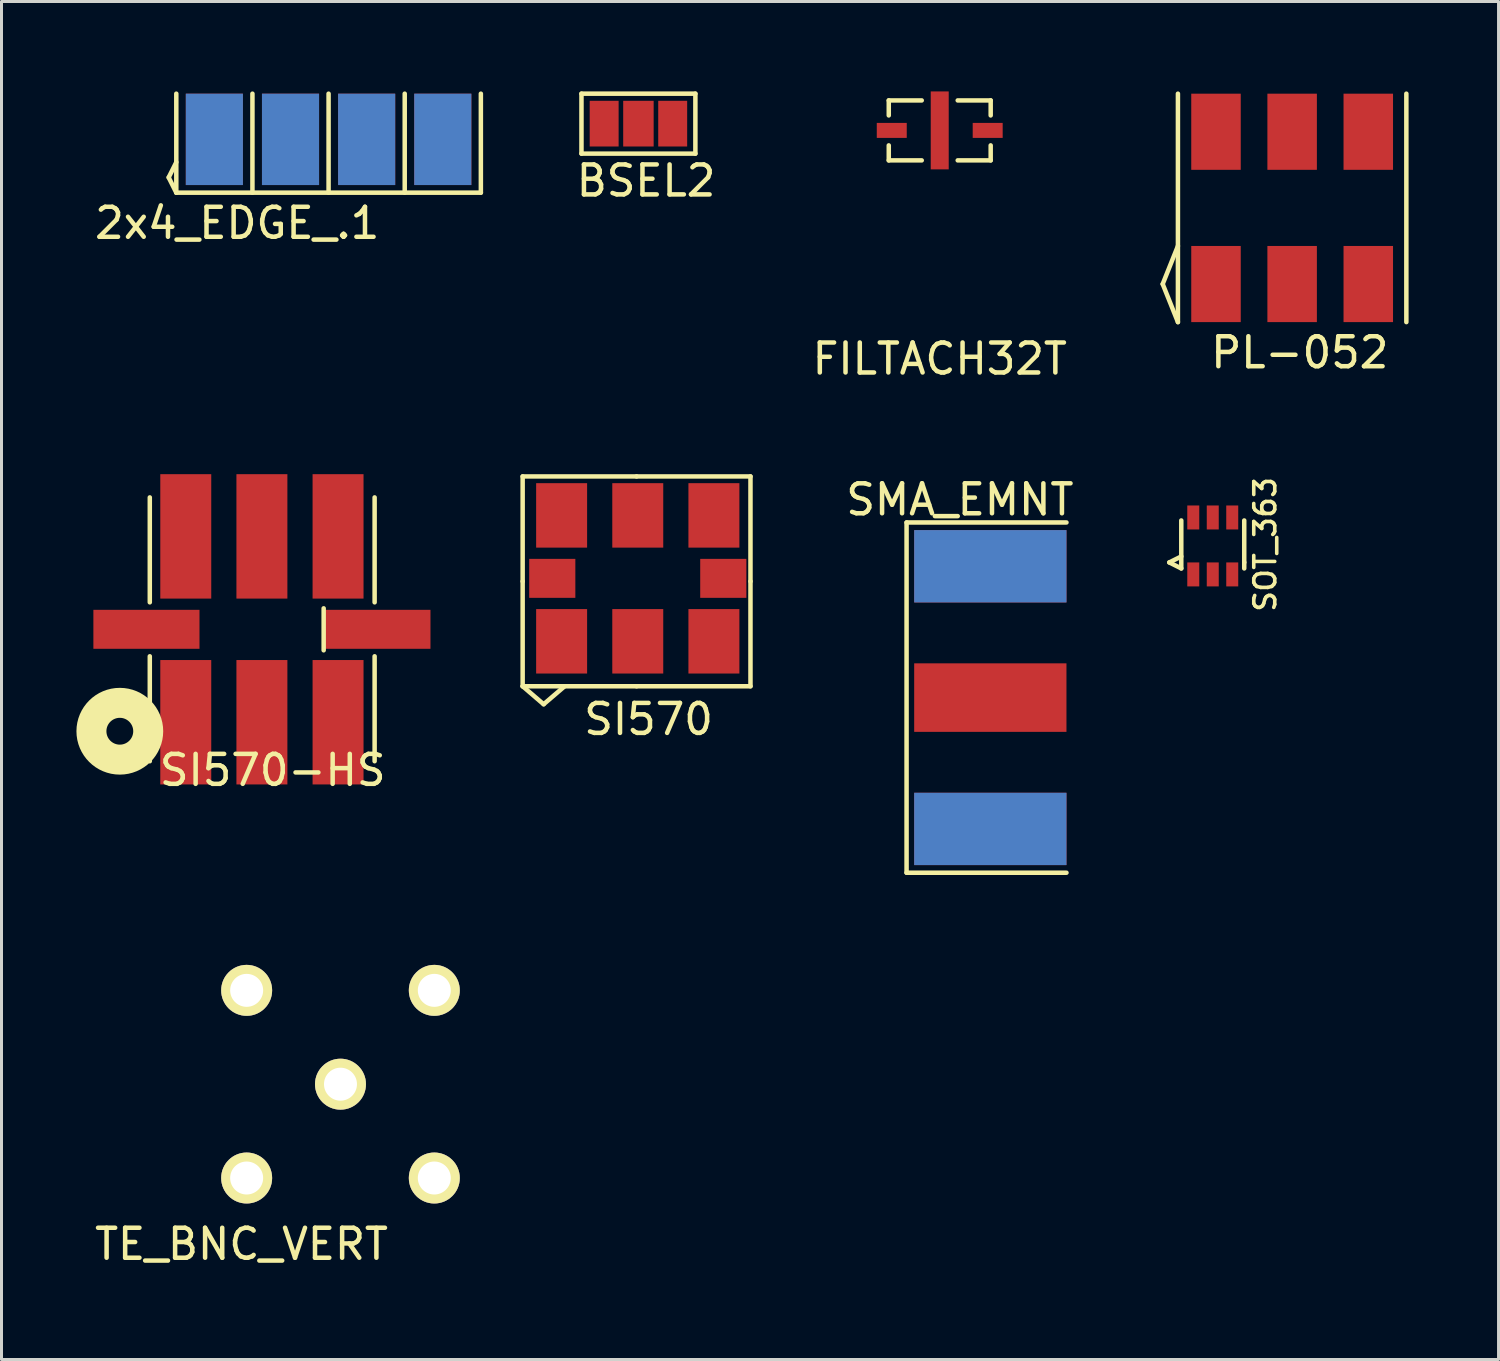
<source format=kicad_pcb>
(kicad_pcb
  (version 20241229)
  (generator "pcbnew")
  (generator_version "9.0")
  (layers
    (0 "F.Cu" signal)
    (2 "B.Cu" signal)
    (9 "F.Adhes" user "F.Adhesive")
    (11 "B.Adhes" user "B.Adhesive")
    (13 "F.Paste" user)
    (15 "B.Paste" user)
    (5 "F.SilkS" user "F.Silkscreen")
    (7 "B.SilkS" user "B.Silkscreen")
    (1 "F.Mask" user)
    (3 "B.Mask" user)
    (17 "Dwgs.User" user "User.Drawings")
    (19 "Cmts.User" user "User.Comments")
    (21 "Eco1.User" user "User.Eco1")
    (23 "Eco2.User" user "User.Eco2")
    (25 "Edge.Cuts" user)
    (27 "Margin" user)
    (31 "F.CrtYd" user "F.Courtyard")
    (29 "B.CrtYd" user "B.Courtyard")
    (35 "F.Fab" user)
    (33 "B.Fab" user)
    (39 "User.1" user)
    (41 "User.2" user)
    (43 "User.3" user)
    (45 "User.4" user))
  (footprint "2x4_EDGE_.1"
    (layer "F.Cu")
    (at 4.101 1.599)
    (property "Reference" "2x4_EDGE_.1" (at 0.762 2.794 0) (layer "F.SilkS") (effects (font (size 1 1) (thickness 0.15))))
    (attr through_hole)
    (fp_line (start -1.524 1.27) (end -1.27 0.762) (stroke (width 0.15) (type solid)) (layer "F.SilkS"))
    (fp_line (start -1.27 -1.524) (end -1.27 1.778) (stroke (width 0.15) (type solid)) (layer "F.SilkS"))
    (fp_line (start -1.27 1.778) (end -1.524 1.27) (stroke (width 0.15) (type solid)) (layer "F.SilkS"))
    (fp_line (start -1.27 1.778) (end 8.89 1.778) (stroke (width 0.15) (type solid)) (layer "F.SilkS"))
    (fp_line (start 1.27 1.778) (end 1.27 -1.524) (stroke (width 0.15) (type solid)) (layer "F.SilkS"))
    (fp_line (start 3.81 1.778) (end 3.81 -1.524) (stroke (width 0.15) (type solid)) (layer "F.SilkS"))
    (fp_line (start 6.35 1.778) (end 6.35 -1.524) (stroke (width 0.15) (type solid)) (layer "F.SilkS"))
    (fp_line (start 8.89 1.778) (end 8.89 -1.524) (stroke (width 0.15) (type solid)) (layer "F.SilkS"))
    (pad "1" smd rect (at 0 0) (size 1.905 3.048) (layers "F.Cu" "F.Mask" "F.Paste"))
    (pad "2" smd rect (at 0 0) (size 1.905 3.048) (layers "B.Cu" "B.Mask" "B.Paste"))
    (pad "3" smd rect (at 2.54 0) (size 1.905 3.048) (layers "F.Cu" "F.Mask" "F.Paste"))
    (pad "4" smd rect (at 2.54 0) (size 1.905 3.048) (layers "B.Cu" "B.Mask" "B.Paste"))
    (pad "5" smd rect (at 5.08 0) (size 1.905 3.048) (layers "F.Cu" "F.Mask" "F.Paste"))
    (pad "6" smd rect (at 5.08 0) (size 1.905 3.048) (layers "B.Cu" "B.Mask" "B.Paste"))
    (pad "7" smd rect (at 7.62 0) (size 1.905 3.048) (layers "F.Cu" "F.Mask" "F.Paste"))
    (pad "8" smd rect (at 7.62 0) (size 1.905 3.048) (layers "B.Cu" "B.Mask" "B.Paste")))
  (footprint "SI570"
    (layer "F.Cu")
    (at 15.685 18.343)
    (property "Reference" "SI570" (at 2.9 2.6 0) (layer "F.SilkS") (effects (font (size 1 1) (thickness 0.15))))
    (attr through_hole)
    (fp_line (start -1.3 -5.5) (end 2.5 -5.5) (stroke (width 0.15) (type solid)) (layer "F.SilkS"))
    (fp_line (start -1.3 -2) (end -1.3 -5.5) (stroke (width 0.15) (type solid)) (layer "F.SilkS"))
    (fp_line (start -1.3 1.5) (end -1.3 -2) (stroke (width 0.15) (type solid)) (layer "F.SilkS"))
    (fp_line (start -1.3 1.5) (end -0.6 2.1) (stroke (width 0.15) (type solid)) (layer "F.SilkS"))
    (fp_line (start -1.3 1.5) (end 2.5 1.5) (stroke (width 0.15) (type solid)) (layer "F.SilkS"))
    (fp_line (start -0.6 2.1) (end 0.1 1.5) (stroke (width 0.15) (type solid)) (layer "F.SilkS"))
    (fp_line (start 2.5 -5.5) (end 6.3 -5.5) (stroke (width 0.15) (type solid)) (layer "F.SilkS"))
    (fp_line (start 2.5 1.5) (end 6.3 1.5) (stroke (width 0.15) (type solid)) (layer "F.SilkS"))
    (fp_line (start 6.3 -2) (end 6.3 -5.5) (stroke (width 0.15) (type solid)) (layer "F.SilkS"))
    (fp_line (start 6.3 1.5) (end 6.3 -2) (stroke (width 0.15) (type solid)) (layer "F.SilkS"))
    (pad "1" smd rect (at 0 0) (size 1.7 2.15) (layers "F.Cu" "F.Mask" "F.Paste"))
    (pad "2" smd rect (at 2.54 0) (size 1.7 2.15) (layers "F.Cu" "F.Mask" "F.Paste"))
    (pad "3" smd rect (at 5.08 0) (size 1.7 2.15) (layers "F.Cu" "F.Mask" "F.Paste"))
    (pad "4" smd rect (at 5.08 -4.2) (size 1.7 2.15) (layers "F.Cu" "F.Mask" "F.Paste"))
    (pad "5" smd rect (at 2.54 -4.2) (size 1.7 2.15) (layers "F.Cu" "F.Mask" "F.Paste"))
    (pad "6" smd rect (at 0 -4.2) (size 1.7 2.15) (layers "F.Cu" "F.Mask" "F.Paste"))
    (pad "7" smd rect (at -0.312 -2.1) (size 1.54 1.3) (layers "F.Cu" "F.Mask" "F.Paste"))
    (pad "8" smd rect (at 5.393 -2.1) (size 1.54 1.3) (layers "F.Cu" "F.Mask" "F.Paste")))
  (footprint "SOT_363"
    (layer "F.Cu")
    (at 36.756 16.112)
    (property "Reference" "SOT_363" (at 2.4 -1 90) (layer "F.SilkS") (effects (font (size 0.7 0.7) (thickness 0.12))))
    (attr through_hole)
    (fp_line (start -0.8 -0.4) (end -0.4 -0.6) (stroke (width 0.15) (type solid)) (layer "F.SilkS"))
    (fp_line (start -0.4 -1.8) (end -0.4 -0.2) (stroke (width 0.15) (type solid)) (layer "F.SilkS"))
    (fp_line (start -0.4 -0.2) (end -0.8 -0.4) (stroke (width 0.15) (type solid)) (layer "F.SilkS"))
    (fp_line (start 1.7 -1.8) (end 1.7 -0.4) (stroke (width 0.15) (type solid)) (layer "F.SilkS"))
    (fp_line (start 1.7 -0.4) (end 1.7 -0.2) (stroke (width 0.15) (type solid)) (layer "F.SilkS"))
    (pad "1" smd rect (at 0 0) (size 0.4 0.8) (layers "F.Cu" "F.Mask" "F.Paste"))
    (pad "2" smd rect (at 0.65 0) (size 0.4 0.8) (layers "F.Cu" "F.Mask" "F.Paste"))
    (pad "3" smd rect (at 1.3 0) (size 0.4 0.8) (layers "F.Cu" "F.Mask" "F.Paste"))
    (pad "4" smd rect (at 1.3 -1.9) (size 0.4 0.8) (layers "F.Cu" "F.Mask" "F.Paste"))
    (pad "5" smd rect (at 0.65 -1.9) (size 0.4 0.8) (layers "F.Cu" "F.Mask" "F.Paste"))
    (pad "6" smd rect (at 0 -1.9) (size 0.4 0.8) (layers "F.Cu" "F.Mask" "F.Paste")))
  (footprint "FILTACH32T"
    (layer "F.Cu")
    (at 28.298 1.3)
    (property "Reference" "FILTACH32T" (at 0 7.62 0) (layer "F.SilkS") (effects (font (size 1 1) (thickness 0.15))))
    (attr through_hole)
    (fp_line (start -1.7 -1) (end -0.6 -1) (stroke (width 0.15) (type solid)) (layer "F.SilkS"))
    (fp_line (start -1.7 -0.5) (end -1.7 -1) (stroke (width 0.15) (type solid)) (layer "F.SilkS"))
    (fp_line (start -1.7 1) (end -1.7 0.5) (stroke (width 0.15) (type solid)) (layer "F.SilkS"))
    (fp_line (start -1.7 1) (end -0.6 1) (stroke (width 0.15) (type solid)) (layer "F.SilkS"))
    (fp_line (start 1.7 -1) (end 0.6 -1) (stroke (width 0.15) (type solid)) (layer "F.SilkS"))
    (fp_line (start 1.7 -1) (end 1.7 -0.5) (stroke (width 0.15) (type solid)) (layer "F.SilkS"))
    (fp_line (start 1.7 0.5) (end 1.7 1) (stroke (width 0.15) (type solid)) (layer "F.SilkS"))
    (fp_line (start 1.7 1) (end 0.6 1) (stroke (width 0.15) (type solid)) (layer "F.SilkS"))
    (pad "1" smd rect (at -1.6 0) (size 1 0.5) (layers "F.Cu" "F.Mask" "F.Paste"))
    (pad "2" smd rect (at 0 0) (size 0.6 2.6) (layers "F.Cu" "F.Mask" "F.Paste"))
    (pad "3" smd rect (at 1.6 0) (size 1 0.5) (layers "F.Cu" "F.Mask" "F.Paste")))
  (footprint "PL-052"
    (layer "F.Cu")
    (at 37.514 6.425)
    (property "Reference" "PL-052" (at 2.794 2.286 0) (layer "F.SilkS") (effects (font (size 1 1) (thickness 0.15))))
    (attr through_hole)
    (fp_line (start -1.778 0) (end -1.27 -1.27) (stroke (width 0.15) (type solid)) (layer "F.SilkS"))
    (fp_line (start -1.27 -6.35) (end -1.27 1.27) (stroke (width 0.15) (type solid)) (layer "F.SilkS"))
    (fp_line (start -1.27 1.27) (end -1.778 0) (stroke (width 0.15) (type solid)) (layer "F.SilkS"))
    (fp_line (start 6.35 -6.35) (end 6.35 1.27) (stroke (width 0.15) (type solid)) (layer "F.SilkS"))
    (pad "1" smd rect (at 0 0) (size 1.651 2.54) (layers "F.Cu" "F.Mask" "F.Paste"))
    (pad "2" smd rect (at 2.54 0) (size 1.651 2.54) (layers "F.Cu" "F.Mask" "F.Paste"))
    (pad "3" smd rect (at 5.08 0) (size 1.651 2.54) (layers "F.Cu" "F.Mask" "F.Paste"))
    (pad "4" smd rect (at 5.08 -5.08) (size 1.651 2.54) (layers "F.Cu" "F.Mask" "F.Paste"))
    (pad "5" smd rect (at 2.54 -5.08) (size 1.651 2.54) (layers "F.Cu" "F.Mask" "F.Paste"))
    (pad "6" smd rect (at 0 -5.08) (size 1.651 2.54) (layers "F.Cu" "F.Mask" "F.Paste")))
  (footprint "SMA_EMNT"
    (layer "F.Cu")
    (at 29.986 20.221)
    (property "Reference" "SMA_EMNT" (at -1.016 -6.604 0) (layer "F.SilkS") (effects (font (size 1 1) (thickness 0.15))))
    (attr through_hole)
    (fp_line (start -2.794 -5.842) (end -2.794 5.842) (stroke (width 0.15) (type solid)) (layer "F.SilkS"))
    (fp_line (start -2.794 5.842) (end 2.54 5.842) (stroke (width 0.15) (type solid)) (layer "F.SilkS"))
    (fp_line (start 2.54 -5.842) (end -2.794 -5.842) (stroke (width 0.15) (type solid)) (layer "F.SilkS"))
    (pad "1" smd rect (at 0 0) (size 5.08 2.286) (layers "F.Cu" "F.Mask" "F.Paste"))
    (pad "2" smd rect (at 0 -4.381) (size 5.08 2.413) (layers "F.Cu" "F.Mask" "F.Paste"))
    (pad "2" smd rect (at 0 -4.381) (size 5.08 2.413) (layers "F.Mask" "B.Cu" "F.Paste"))
    (pad "2" smd rect (at 0 4.381) (size 5.08 2.413) (layers "F.Cu" "F.Mask" "F.Paste"))
    (pad "2" smd rect (at 0 4.381) (size 5.08 2.413) (layers "F.Mask" "B.Cu" "F.Paste")))
  (footprint "BSEL2"
    (layer "F.Cu")
    (at 18.247 1.075)
    (property "Reference" "BSEL2" (at 0.254 1.905 0) (layer "F.SilkS") (effects (font (size 1 1) (thickness 0.15))))
    (attr through_hole)
    (fp_line (start -1.9 -1) (end 1.9 -1) (stroke (width 0.15) (type solid)) (layer "F.SilkS"))
    (fp_line (start -1.9 1) (end -1.9 -1) (stroke (width 0.15) (type solid)) (layer "F.SilkS"))
    (fp_line (start 1.9 -1) (end 1.9 1) (stroke (width 0.15) (type solid)) (layer "F.SilkS"))
    (fp_line (start 1.9 1) (end -1.9 1) (stroke (width 0.15) (type solid)) (layer "F.SilkS"))
    (pad "1" smd rect (at 0 0) (size 1.016 1.524) (layers "F.Cu" "F.Mask" "F.Paste"))
    (pad "2" smd rect (at 1.143 0) (size 0.965 1.524) (layers "F.Cu" "F.Mask" "F.Paste"))
    (pad "3" smd rect (at -1.143 0) (size 0.965 1.524) (layers "F.Cu" "F.Mask" "F.Paste")))
  (footprint "SI570-HS"
    (layer "F.Cu")
    (at 3.147 20.043)
    (property "Reference" "SI570-HS" (at 2.9 2.6 0) (layer "F.SilkS") (effects (font (size 1 1) (thickness 0.15))))
    (attr through_hole)
    (fp_line (start -1.2 -3) (end -1.2 -6.5) (stroke (width 0.15) (type solid)) (layer "F.SilkS"))
    (fp_line (start -1.2 2.3) (end -1.2 -1.2) (stroke (width 0.15) (type solid)) (layer "F.SilkS"))
    (fp_line (start 4.6 -2.8) (end 4.6 -1.4) (stroke (width 0.15) (type solid)) (layer "F.SilkS"))
    (fp_line (start 6.3 -3) (end 6.3 -6.5) (stroke (width 0.15) (type solid)) (layer "F.SilkS"))
    (fp_line (start 6.3 2.3) (end 6.3 -1.2) (stroke (width 0.15) (type solid)) (layer "F.SilkS"))
    (fp_circle (center -2.2 1.3) (end -2.6 1.1) (stroke (width 1) (type solid)) (fill no) (layer "F.SilkS"))
    (pad "1" smd rect (at 0 1) (size 1.7 4.15) (layers "F.Cu" "F.Mask" "F.Paste"))
    (pad "2" smd rect (at 2.54 1) (size 1.7 4.15) (layers "F.Cu" "F.Mask" "F.Paste"))
    (pad "3" smd rect (at 5.08 1) (size 1.7 4.15) (layers "F.Cu" "F.Mask" "F.Paste"))
    (pad "4" smd rect (at 5.08 -5.2) (size 1.7 4.15) (layers "F.Cu" "F.Mask" "F.Paste"))
    (pad "5" smd rect (at 2.54 -5.2) (size 1.7 4.15) (layers "F.Cu" "F.Mask" "F.Paste"))
    (pad "6" smd rect (at 0 -5.2) (size 1.7 4.15) (layers "F.Cu" "F.Mask" "F.Paste"))
    (pad "7" smd rect (at -1.312 -2.1) (size 3.54 1.3) (layers "F.Cu" "F.Mask" "F.Paste"))
    (pad "8" smd rect (at 6.393 -2.1) (size 3.54 1.3) (layers "F.Cu" "F.Mask" "F.Paste")))
  (footprint "TE_BNC_VERT"
    (layer "F.Cu")
    (at 8.308 33.117)
    (property "Reference" "TE_BNC_VERT" (at -3.302 5.334 0) (layer "F.SilkS") (effects (font (size 1 1) (thickness 0.15))))
    (attr through_hole)
    (pad "1" thru_hole circle (at 0 0) (size 1.7 1.7) (drill 1.1) (layers "*.Cu" "*.Mask" "F.SilkS"))
    (pad "2" thru_hole circle (at -3.13 -3.13) (size 1.7 1.7) (drill 1.1) (layers "*.Cu" "*.Mask" "F.SilkS"))
    (pad "2" thru_hole circle (at -3.13 3.13) (size 1.7 1.7) (drill 1.1) (layers "*.Cu" "*.Mask" "F.SilkS"))
    (pad "2" thru_hole circle (at 3.13 -3.13) (size 1.7 1.7) (drill 1.1) (layers "*.Cu" "*.Mask" "F.SilkS"))
    (pad "2" thru_hole circle (at 3.13 3.13) (size 1.7 1.7) (drill 1.1) (layers "*.Cu" "*.Mask" "F.SilkS")))
  (gr_rect
    (start -3 -3)
    (end 46.939 42.3)
    (stroke (width 0.1) (type default))
    (fill no)
    (layer "Edge.Cuts")))
</source>
